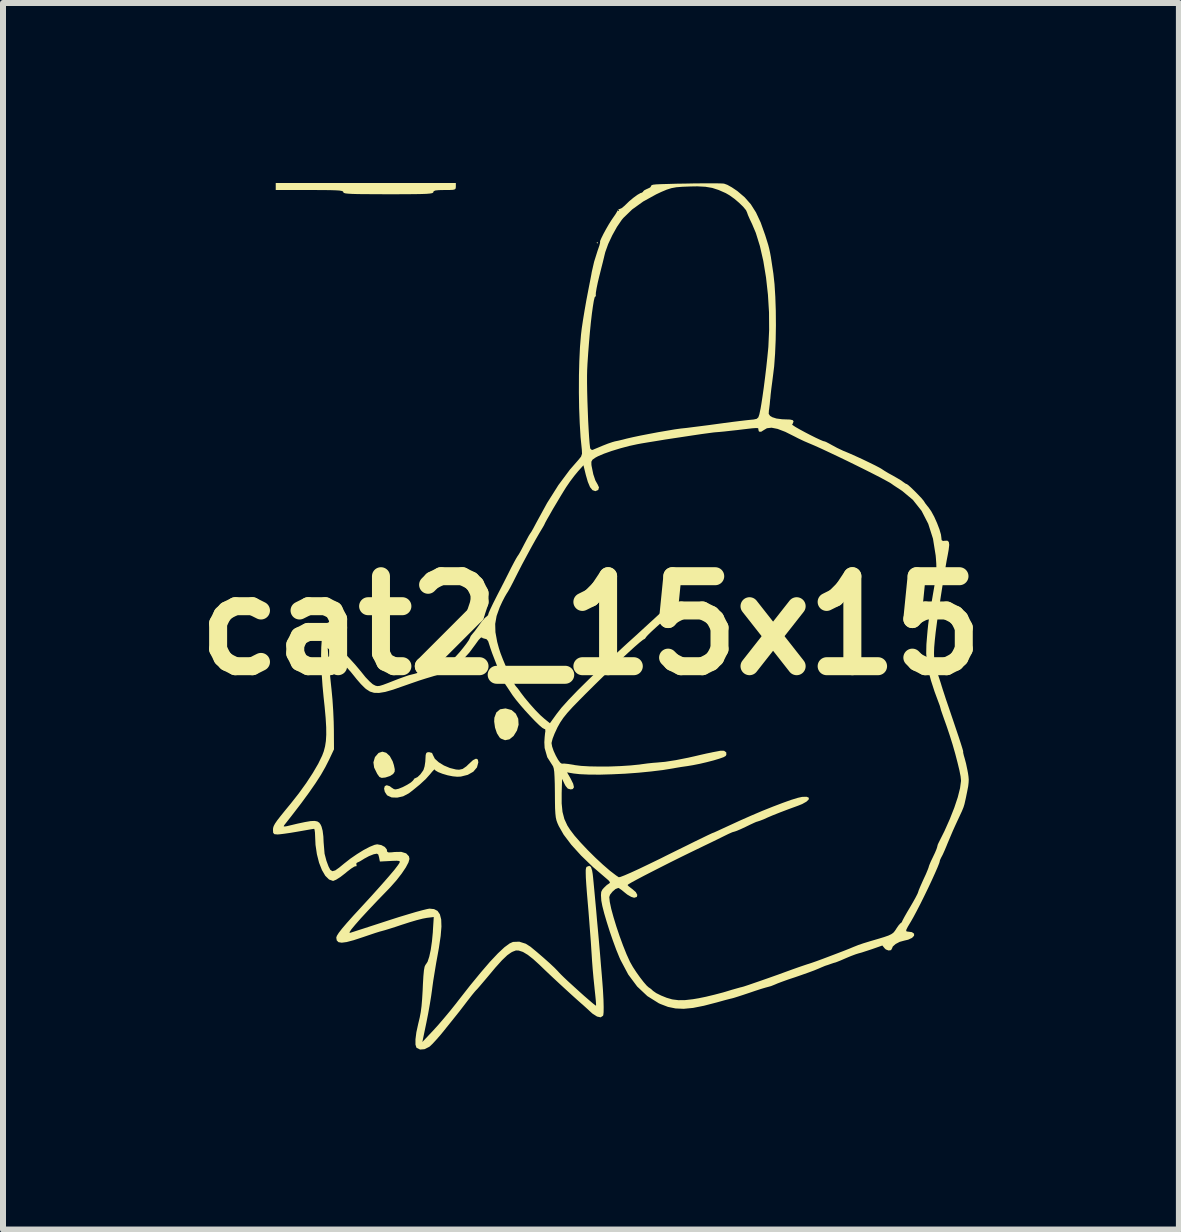
<source format=kicad_pcb>
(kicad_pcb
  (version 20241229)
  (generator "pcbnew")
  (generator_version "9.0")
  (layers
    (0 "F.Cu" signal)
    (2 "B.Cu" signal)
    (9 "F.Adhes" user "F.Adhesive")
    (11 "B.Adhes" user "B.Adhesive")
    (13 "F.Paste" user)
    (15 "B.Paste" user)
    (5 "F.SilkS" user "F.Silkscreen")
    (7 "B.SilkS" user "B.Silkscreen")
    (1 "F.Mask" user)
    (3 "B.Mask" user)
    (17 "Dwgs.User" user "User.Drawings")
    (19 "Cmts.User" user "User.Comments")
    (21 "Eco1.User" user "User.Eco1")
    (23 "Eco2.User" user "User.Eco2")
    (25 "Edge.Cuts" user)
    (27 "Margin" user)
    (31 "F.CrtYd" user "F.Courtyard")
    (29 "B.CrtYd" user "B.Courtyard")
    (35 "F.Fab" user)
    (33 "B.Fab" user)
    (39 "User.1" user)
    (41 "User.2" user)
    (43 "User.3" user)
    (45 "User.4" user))
  (footprint "cat2_15x15"
    (layer "F.Cu")
    (at 6.8 7.376)
    (property "Reference" "cat2_15x15" (at 0 0 0) (layer "F.SilkS") (effects (font (size 1.5 1.5) (thickness 0.3))))
    (attr board_only exclude_from_pos_files exclude_from_bom)
    (fp_poly (pts (xy 0.117 -6.379) (xy 0.106 -6.368) (xy 0.094 -6.379) (xy 0.106 -6.391)) (stroke (width 0) (type solid)) (fill yes) (layer "F.SilkS"))
    (fp_poly (pts (xy -1.419 1.383) (xy -1.323 1.409) (xy -1.253 1.469) (xy -1.212 1.554) (xy -1.206 1.654) (xy -1.233 1.75) (xy -1.29 1.842) (xy -1.358 1.897) (xy -1.431 1.912) (xy -1.501 1.885) (xy -1.523 1.866) (xy -1.567 1.797) (xy -1.599 1.702) (xy -1.613 1.6) (xy -1.61 1.537) (xy -1.577 1.449) (xy -1.515 1.397) (xy -1.425 1.382)) (stroke (width 0) (type solid)) (fill yes) (layer "F.SilkS"))
    (fp_poly (pts (xy -3.413 2.121) (xy -3.353 2.176) (xy -3.305 2.264) (xy -3.285 2.326) (xy -3.27 2.396) (xy -3.272 2.437) (xy -3.292 2.468) (xy -3.3 2.477) (xy -3.351 2.509) (xy -3.421 2.532) (xy -3.429 2.534) (xy -3.488 2.54) (xy -3.525 2.525) (xy -3.559 2.478) (xy -3.563 2.472) (xy -3.614 2.368) (xy -3.626 2.281) (xy -3.602 2.199) (xy -3.595 2.187) (xy -3.54 2.124) (xy -3.477 2.103)) (stroke (width 0) (type solid)) (fill yes) (layer "F.SilkS"))
    (fp_poly (pts (xy -2.252 -7.317) (xy -2.254 -7.288) (xy -2.266 -7.271) (xy -2.298 -7.262) (xy -2.36 -7.259) (xy -2.439 -7.259) (xy -2.535 -7.257) (xy -2.593 -7.251) (xy -2.621 -7.239) (xy -2.627 -7.224) (xy -2.632 -7.214) (xy -2.65 -7.206) (xy -2.685 -7.2) (xy -2.743 -7.195) (xy -2.827 -7.192) (xy -2.943 -7.19) (xy -3.095 -7.189) (xy -3.287 -7.188) (xy -3.377 -7.188) (xy -3.587 -7.189) (xy -3.755 -7.19) (xy -3.884 -7.191) (xy -3.981 -7.194) (xy -4.049 -7.198) (xy -4.093 -7.203) (xy -4.117 -7.21) (xy -4.127 -7.219) (xy -4.128 -7.224) (xy -4.133 -7.235) (xy -4.153 -7.243) (xy -4.192 -7.25) (xy -4.256 -7.254) (xy -4.35 -7.257) (xy -4.479 -7.258) (xy -4.649 -7.259) (xy -4.691 -7.259) (xy -5.254 -7.259) (xy -5.254 -7.317) (xy -5.254 -7.376) (xy -3.753 -7.376) (xy -2.252 -7.376)) (stroke (width 0) (type solid)) (fill yes) (layer "F.SilkS"))
    (fp_poly (pts (xy -2.649 2.124) (xy -2.631 2.164) (xy -2.602 2.221) (xy -2.538 2.279) (xy -2.451 2.333) (xy -2.351 2.375) (xy -2.25 2.4) (xy -2.198 2.404) (xy -2.139 2.391) (xy -2.077 2.348) (xy -2.038 2.31) (xy -1.966 2.244) (xy -1.915 2.219) (xy -1.885 2.234) (xy -1.877 2.281) (xy -1.9 2.365) (xy -1.961 2.437) (xy -2.053 2.489) (xy -2.168 2.518) (xy -2.228 2.521) (xy -2.302 2.514) (xy -2.388 2.497) (xy -2.473 2.472) (xy -2.545 2.444) (xy -2.592 2.417) (xy -2.603 2.4) (xy -2.616 2.404) (xy -2.648 2.438) (xy -2.68 2.477) (xy -2.752 2.558) (xy -2.854 2.652) (xy -2.975 2.751) (xy -3.037 2.798) (xy -3.13 2.847) (xy -3.229 2.869) (xy -3.321 2.866) (xy -3.392 2.834) (xy -3.401 2.826) (xy -3.436 2.773) (xy -3.448 2.719) (xy -3.436 2.677) (xy -3.404 2.662) (xy -3.352 2.679) (xy -3.33 2.697) (xy -3.284 2.727) (xy -3.256 2.732) (xy -3.206 2.721) (xy -3.136 2.693) (xy -3.063 2.655) (xy -3.001 2.616) (xy -2.966 2.584) (xy -2.963 2.579) (xy -2.94 2.548) (xy -2.928 2.545) (xy -2.89 2.526) (xy -2.843 2.481) (xy -2.8 2.421) (xy -2.791 2.406) (xy -2.773 2.348) (xy -2.761 2.269) (xy -2.759 2.23) (xy -2.755 2.159) (xy -2.744 2.124) (xy -2.721 2.112) (xy -2.697 2.111)) (stroke (width 0) (type solid)) (fill yes) (layer "F.SilkS"))
    (fp_poly (pts (xy 2.105 -7.37) (xy 2.183 -7.368) (xy 2.219 -7.365) (xy 2.274 -7.345) (xy 2.349 -7.303) (xy 2.431 -7.248) (xy 2.441 -7.241) (xy 2.563 -7.137) (xy 2.665 -7.021) (xy 2.751 -6.885) (xy 2.829 -6.718) (xy 2.902 -6.513) (xy 2.905 -6.504) (xy 2.933 -6.415) (xy 2.955 -6.344) (xy 2.971 -6.282) (xy 2.985 -6.218) (xy 2.999 -6.142) (xy 3.014 -6.043) (xy 3.034 -5.911) (xy 3.041 -5.863) (xy 3.06 -5.688) (xy 3.073 -5.479) (xy 3.081 -5.246) (xy 3.083 -5.002) (xy 3.079 -4.759) (xy 3.069 -4.528) (xy 3.054 -4.321) (xy 3.039 -4.198) (xy 3.023 -4.071) (xy 3.007 -3.95) (xy 2.995 -3.847) (xy 2.989 -3.777) (xy 2.988 -3.776) (xy 2.98 -3.689) (xy 2.97 -3.608) (xy 2.966 -3.584) (xy 2.963 -3.528) (xy 2.986 -3.494) (xy 3.023 -3.472) (xy 3.092 -3.45) (xy 3.185 -3.438) (xy 3.235 -3.436) (xy 3.318 -3.433) (xy 3.363 -3.423) (xy 3.377 -3.404) (xy 3.377 -3.402) (xy 3.362 -3.361) (xy 3.352 -3.353) (xy 3.364 -3.339) (xy 3.409 -3.309) (xy 3.479 -3.269) (xy 3.564 -3.223) (xy 3.654 -3.176) (xy 3.742 -3.132) (xy 3.817 -3.097) (xy 3.871 -3.074) (xy 3.893 -3.069) (xy 3.918 -3.06) (xy 3.97 -3.033) (xy 4.013 -3.009) (xy 4.104 -2.96) (xy 4.203 -2.913) (xy 4.236 -2.9) (xy 4.318 -2.865) (xy 4.419 -2.82) (xy 4.528 -2.77) (xy 4.636 -2.718) (xy 4.732 -2.671) (xy 4.807 -2.632) (xy 4.851 -2.606) (xy 4.855 -2.603) (xy 4.893 -2.578) (xy 4.958 -2.539) (xy 5.031 -2.499) (xy 5.108 -2.455) (xy 5.173 -2.416) (xy 5.208 -2.39) (xy 5.247 -2.363) (xy 5.265 -2.357) (xy 5.288 -2.341) (xy 5.333 -2.301) (xy 5.391 -2.245) (xy 5.452 -2.183) (xy 5.507 -2.125) (xy 5.545 -2.08) (xy 5.558 -2.06) (xy 5.573 -2.036) (xy 5.608 -1.991) (xy 5.625 -1.971) (xy 5.672 -1.904) (xy 5.722 -1.812) (xy 5.769 -1.707) (xy 5.809 -1.603) (xy 5.834 -1.516) (xy 5.84 -1.471) (xy 5.845 -1.423) (xy 5.868 -1.409) (xy 5.898 -1.413) (xy 5.941 -1.414) (xy 5.965 -1.393) (xy 5.972 -1.344) (xy 5.962 -1.26) (xy 5.948 -1.182) (xy 5.928 -1.078) (xy 5.906 -0.949) (xy 5.884 -0.819) (xy 5.877 -0.774) (xy 5.833 -0.495) (xy 5.797 -0.257) (xy 5.768 -0.057) (xy 5.746 0.111) (xy 5.731 0.25) (xy 5.721 0.366) (xy 5.718 0.463) (xy 5.721 0.546) (xy 5.73 0.618) (xy 5.743 0.685) (xy 5.762 0.751) (xy 5.781 0.809) (xy 5.811 0.898) (xy 5.835 0.973) (xy 5.849 1.02) (xy 5.851 1.025) (xy 5.861 1.058) (xy 5.884 1.128) (xy 5.917 1.23) (xy 5.96 1.355) (xy 6.008 1.497) (xy 6.037 1.582) (xy 6.086 1.728) (xy 6.13 1.858) (xy 6.165 1.966) (xy 6.19 2.046) (xy 6.203 2.091) (xy 6.204 2.099) (xy 6.204 2.119) (xy 6.216 2.17) (xy 6.228 2.21) (xy 6.252 2.3) (xy 6.274 2.405) (xy 6.285 2.463) (xy 6.293 2.518) (xy 6.297 2.566) (xy 6.295 2.616) (xy 6.288 2.679) (xy 6.272 2.762) (xy 6.249 2.875) (xy 6.226 2.977) (xy 6.21 3.029) (xy 6.183 3.096) (xy 6.178 3.106) (xy 6.147 3.173) (xy 6.106 3.261) (xy 6.074 3.33) (xy 6.032 3.423) (xy 5.984 3.536) (xy 5.937 3.648) (xy 5.933 3.659) (xy 5.896 3.747) (xy 5.864 3.818) (xy 5.841 3.862) (xy 5.837 3.869) (xy 5.817 3.912) (xy 5.816 3.921) (xy 5.806 3.958) (xy 5.778 4.029) (xy 5.735 4.128) (xy 5.682 4.245) (xy 5.621 4.375) (xy 5.556 4.509) (xy 5.491 4.64) (xy 5.429 4.76) (xy 5.374 4.863) (xy 5.33 4.94) (xy 5.328 4.943) (xy 5.281 5.022) (xy 5.257 5.07) (xy 5.254 5.093) (xy 5.269 5.101) (xy 5.275 5.101) (xy 5.35 5.111) (xy 5.386 5.137) (xy 5.386 5.171) (xy 5.352 5.207) (xy 5.287 5.237) (xy 5.223 5.252) (xy 5.146 5.273) (xy 5.078 5.309) (xy 5.031 5.351) (xy 5.019 5.381) (xy 5.002 5.411) (xy 4.961 5.417) (xy 4.916 5.4) (xy 4.897 5.383) (xy 4.857 5.334) (xy 4.686 5.394) (xy 4.595 5.424) (xy 4.515 5.45) (xy 4.461 5.465) (xy 4.457 5.466) (xy 4.407 5.482) (xy 4.33 5.511) (xy 4.244 5.547) (xy 4.242 5.548) (xy 4.164 5.582) (xy 4.104 5.606) (xy 4.074 5.617) (xy 4.073 5.617) (xy 4.044 5.625) (xy 3.994 5.642) (xy 3.946 5.659) (xy 3.923 5.666) (xy 3.923 5.666) (xy 3.9 5.674) (xy 3.847 5.696) (xy 3.794 5.719) (xy 3.721 5.749) (xy 3.618 5.787) (xy 3.499 5.829) (xy 3.401 5.863) (xy 3.289 5.9) (xy 3.189 5.936) (xy 3.112 5.965) (xy 3.07 5.983) (xy 3.003 6.01) (xy 2.952 6.024) (xy 2.908 6.036) (xy 2.831 6.059) (xy 2.733 6.091) (xy 2.648 6.12) (xy 2.543 6.155) (xy 2.451 6.185) (xy 2.384 6.206) (xy 2.355 6.214) (xy 2.313 6.224) (xy 2.239 6.243) (xy 2.146 6.269) (xy 2.099 6.282) (xy 1.883 6.338) (xy 1.702 6.374) (xy 1.546 6.389) (xy 1.41 6.383) (xy 1.284 6.357) (xy 1.161 6.31) (xy 1.13 6.296) (xy 0.94 6.177) (xy 0.771 6.018) (xy 0.622 5.818) (xy 0.493 5.575) (xy 0.475 5.535) (xy 0.421 5.403) (xy 0.366 5.253) (xy 0.312 5.096) (xy 0.263 4.941) (xy 0.221 4.798) (xy 0.19 4.677) (xy 0.173 4.588) (xy 0.172 4.577) (xy 0.167 4.494) (xy 0.171 4.441) (xy 0.19 4.402) (xy 0.216 4.372) (xy 0.264 4.326) (xy 0.304 4.299) (xy 0.307 4.297) (xy 0.318 4.28) (xy 0.293 4.248) (xy 0.258 4.218) (xy 0.031 4.023) (xy -0.165 3.834) (xy -0.328 3.654) (xy -0.455 3.486) (xy -0.537 3.342) (xy -0.559 3.293) (xy -0.575 3.248) (xy -0.586 3.198) (xy -0.593 3.134) (xy -0.598 3.048) (xy -0.6 2.931) (xy -0.601 2.794) (xy -0.603 2.637) (xy -0.607 2.521) (xy -0.612 2.439) (xy -0.62 2.384) (xy -0.631 2.349) (xy -0.642 2.331) (xy -0.728 2.196) (xy -0.772 2.042) (xy -0.777 1.947) (xy -0.772 1.864) (xy -0.765 1.795) (xy -0.76 1.765) (xy -0.762 1.73) (xy -0.778 1.724) (xy -0.809 1.707) (xy -0.863 1.661) (xy -0.933 1.593) (xy -1.013 1.509) (xy -1.097 1.418) (xy -1.178 1.325) (xy -1.249 1.239) (xy -1.304 1.166) (xy -1.315 1.15) (xy -1.363 1.077) (xy -1.402 1.018) (xy -1.424 0.986) (xy -1.425 0.985) (xy -1.446 0.947) (xy -1.479 0.876) (xy -1.519 0.782) (xy -1.564 0.675) (xy -1.607 0.565) (xy -1.646 0.464) (xy -1.675 0.381) (xy -1.69 0.333) (xy -1.714 0.26) (xy -1.742 0.227) (xy -1.76 0.223) (xy -1.804 0.211) (xy -1.818 0.199) (xy -1.837 0.204) (xy -1.873 0.242) (xy -1.918 0.304) (xy -1.922 0.31) (xy -2.026 0.45) (xy -2.141 0.577) (xy -2.258 0.68) (xy -2.361 0.746) (xy -2.443 0.782) (xy -2.547 0.82) (xy -2.65 0.852) (xy -2.741 0.879) (xy -2.861 0.917) (xy -2.994 0.963) (xy -3.125 1.009) (xy -3.131 1.011) (xy -3.297 1.069) (xy -3.429 1.107) (xy -3.532 1.124) (xy -3.615 1.122) (xy -3.684 1.101) (xy -3.746 1.061) (xy -3.767 1.044) (xy -3.835 0.976) (xy -3.907 0.893) (xy -3.946 0.844) (xy -4.001 0.776) (xy -4.078 0.689) (xy -4.164 0.598) (xy -4.21 0.551) (xy -4.388 0.375) (xy -4.374 0.563) (xy -4.365 0.659) (xy -4.353 0.787) (xy -4.339 0.928) (xy -4.324 1.069) (xy -4.323 1.079) (xy -4.308 1.239) (xy -4.296 1.421) (xy -4.288 1.601) (xy -4.285 1.736) (xy -4.283 2.064) (xy -4.366 2.24) (xy -4.427 2.36) (xy -4.5 2.488) (xy -4.59 2.628) (xy -4.699 2.785) (xy -4.83 2.964) (xy -4.988 3.17) (xy -5.117 3.334) (xy -5.12 3.35) (xy -5.087 3.348) (xy -5.061 3.343) (xy -4.894 3.303) (xy -4.767 3.276) (xy -4.673 3.26) (xy -4.606 3.257) (xy -4.56 3.266) (xy -4.528 3.287) (xy -4.505 3.32) (xy -4.49 3.354) (xy -4.472 3.422) (xy -4.46 3.518) (xy -4.456 3.612) (xy -4.44 3.804) (xy -4.409 3.922) (xy -4.374 4.016) (xy -4.344 4.073) (xy -4.309 4.095) (xy -4.262 4.082) (xy -4.196 4.035) (xy -4.112 3.966) (xy -4.01 3.886) (xy -3.899 3.81) (xy -3.789 3.742) (xy -3.688 3.689) (xy -3.607 3.656) (xy -3.563 3.647) (xy -3.494 3.66) (xy -3.436 3.691) (xy -3.403 3.732) (xy -3.401 3.746) (xy -3.396 3.771) (xy -3.375 3.782) (xy -3.327 3.781) (xy -3.272 3.775) (xy -3.161 3.773) (xy -3.08 3.798) (xy -3.034 3.847) (xy -3.025 3.891) (xy -3.042 3.95) (xy -3.086 4.033) (xy -3.154 4.134) (xy -3.239 4.244) (xy -3.337 4.355) (xy -3.372 4.392) (xy -3.556 4.582) (xy -3.71 4.745) (xy -3.835 4.88) (xy -3.929 4.987) (xy -3.992 5.063) (xy -4.023 5.11) (xy -4.021 5.124) (xy -4.016 5.123) (xy -3.977 5.111) (xy -3.9 5.086) (xy -3.791 5.051) (xy -3.659 5.008) (xy -3.508 4.959) (xy -3.367 4.913) (xy -3.205 4.861) (xy -3.053 4.815) (xy -2.919 4.775) (xy -2.808 4.745) (xy -2.73 4.726) (xy -2.692 4.719) (xy -2.615 4.727) (xy -2.557 4.757) (xy -2.518 4.814) (xy -2.496 4.9) (xy -2.492 5.02) (xy -2.505 5.176) (xy -2.534 5.372) (xy -2.553 5.478) (xy -2.58 5.626) (xy -2.605 5.778) (xy -2.628 5.919) (xy -2.644 6.034) (xy -2.649 6.074) (xy -2.664 6.18) (xy -2.686 6.315) (xy -2.712 6.462) (xy -2.74 6.604) (xy -2.742 6.614) (xy -2.81 6.942) (xy -2.631 6.752) (xy -2.55 6.663) (xy -2.452 6.549) (xy -2.347 6.423) (xy -2.247 6.298) (xy -2.218 6.26) (xy -2.016 6.002) (xy -1.837 5.784) (xy -1.683 5.605) (xy -1.551 5.465) (xy -1.442 5.363) (xy -1.355 5.299) (xy -1.299 5.274) (xy -1.195 5.27) (xy -1.087 5.304) (xy -1.008 5.354) (xy -0.898 5.445) (xy -0.789 5.539) (xy -0.69 5.627) (xy -0.609 5.703) (xy -0.554 5.759) (xy -0.539 5.776) (xy -0.508 5.809) (xy -0.452 5.864) (xy -0.378 5.934) (xy -0.292 6.012) (xy -0.202 6.094) (xy -0.114 6.173) (xy -0.034 6.242) (xy 0.03 6.297) (xy 0.072 6.33) (xy 0.085 6.337) (xy 0.085 6.313) (xy 0.081 6.251) (xy 0.072 6.16) (xy 0.06 6.049) (xy 0.058 6.027) (xy 0.043 5.883) (xy 0.029 5.729) (xy 0.018 5.585) (xy 0.012 5.488) (xy 0.006 5.398) (xy -0.002 5.271) (xy -0.014 5.116) (xy -0.027 4.945) (xy -0.041 4.765) (xy -0.051 4.648) (xy -0.067 4.461) (xy -0.078 4.315) (xy -0.085 4.206) (xy -0.087 4.127) (xy -0.087 4.075) (xy -0.082 4.042) (xy -0.074 4.025) (xy -0.069 4.021) (xy -0.028 4.006) (xy -0.000462 4.024) (xy 0.019 4.082) (xy 0.029 4.141) (xy 0.035 4.194) (xy 0.044 4.286) (xy 0.056 4.412) (xy 0.07 4.564) (xy 0.086 4.736) (xy 0.102 4.922) (xy 0.12 5.114) (xy 0.137 5.307) (xy 0.153 5.492) (xy 0.167 5.664) (xy 0.18 5.816) (xy 0.19 5.941) (xy 0.197 6.033) (xy 0.2 6.074) (xy 0.209 6.239) (xy 0.212 6.361) (xy 0.211 6.445) (xy 0.206 6.493) (xy 0.201 6.505) (xy 0.162 6.531) (xy 0.102 6.518) (xy 0.025 6.469) (xy -0.007 6.44) (xy -0.074 6.378) (xy -0.136 6.322) (xy -0.164 6.298) (xy -0.227 6.242) (xy -0.316 6.162) (xy -0.422 6.065) (xy -0.536 5.96) (xy -0.651 5.853) (xy -0.757 5.753) (xy -0.846 5.667) (xy -0.867 5.647) (xy -0.963 5.56) (xy -1.052 5.49) (xy -1.125 5.446) (xy -1.139 5.439) (xy -1.204 5.418) (xy -1.25 5.416) (xy -1.303 5.436) (xy -1.33 5.45) (xy -1.395 5.496) (xy -1.483 5.58) (xy -1.592 5.701) (xy -1.653 5.774) (xy -1.735 5.872) (xy -1.808 5.958) (xy -1.865 6.025) (xy -1.901 6.066) (xy -1.91 6.074) (xy -1.936 6.103) (xy -1.982 6.159) (xy -2.038 6.231) (xy -2.053 6.25) (xy -2.111 6.326) (xy -2.161 6.391) (xy -2.193 6.433) (xy -2.197 6.438) (xy -2.222 6.469) (xy -2.269 6.528) (xy -2.333 6.608) (xy -2.408 6.701) (xy -2.425 6.723) (xy -2.504 6.82) (xy -2.58 6.907) (xy -2.644 6.976) (xy -2.689 7.018) (xy -2.694 7.022) (xy -2.774 7.062) (xy -2.848 7.068) (xy -2.904 7.04) (xy -2.909 7.036) (xy -2.925 6.985) (xy -2.925 6.897) (xy -2.91 6.78) (xy -2.879 6.638) (xy -2.876 6.626) (xy -2.854 6.534) (xy -2.837 6.444) (xy -2.824 6.345) (xy -2.814 6.226) (xy -2.805 6.077) (xy -2.801 5.981) (xy -2.793 5.845) (xy -2.784 5.749) (xy -2.773 5.688) (xy -2.758 5.655) (xy -2.752 5.649) (xy -2.723 5.604) (xy -2.695 5.519) (xy -2.67 5.403) (xy -2.65 5.263) (xy -2.635 5.106) (xy -2.635 5.095) (xy -2.62 4.859) (xy -2.736 4.873) (xy -2.804 4.886) (xy -2.903 4.911) (xy -3.019 4.945) (xy -3.14 4.984) (xy -3.141 4.984) (xy -3.254 5.022) (xy -3.355 5.054) (xy -3.433 5.078) (xy -3.477 5.09) (xy -3.48 5.091) (xy -3.521 5.102) (xy -3.595 5.125) (xy -3.693 5.158) (xy -3.799 5.194) (xy -3.954 5.245) (xy -4.071 5.276) (xy -4.154 5.287) (xy -4.208 5.278) (xy -4.237 5.249) (xy -4.245 5.202) (xy -4.235 5.172) (xy -4.204 5.123) (xy -4.15 5.053) (xy -4.069 4.958) (xy -3.96 4.836) (xy -3.851 4.718) (xy -3.66 4.51) (xy -3.501 4.333) (xy -3.374 4.188) (xy -3.279 4.076) (xy -3.217 3.995) (xy -3.192 3.957) (xy -3.185 3.936) (xy -3.197 3.925) (xy -3.236 3.921) (xy -3.31 3.923) (xy -3.344 3.925) (xy -3.518 3.934) (xy -3.532 3.863) (xy -3.545 3.817) (xy -3.568 3.803) (xy -3.617 3.812) (xy -3.627 3.815) (xy -3.7 3.844) (xy -3.778 3.886) (xy -3.792 3.895) (xy -3.849 3.93) (xy -3.891 3.95) (xy -3.899 3.952) (xy -3.912 3.969) (xy -3.908 3.988) (xy -3.906 4.012) (xy -3.916 4.011) (xy -3.943 4.018) (xy -3.996 4.051) (xy -4.064 4.103) (xy -4.092 4.127) (xy -4.176 4.192) (xy -4.247 4.237) (xy -4.296 4.257) (xy -4.3 4.257) (xy -4.365 4.234) (xy -4.428 4.172) (xy -4.484 4.076) (xy -4.532 3.954) (xy -4.568 3.812) (xy -4.591 3.656) (xy -4.597 3.525) (xy -4.6 3.453) (xy -4.607 3.403) (xy -4.614 3.389) (xy -4.643 3.393) (xy -4.708 3.404) (xy -4.799 3.42) (xy -4.89 3.436) (xy -5.003 3.455) (xy -5.106 3.47) (xy -5.187 3.48) (xy -5.224 3.483) (xy -5.277 3.478) (xy -5.297 3.455) (xy -5.3 3.407) (xy -5.298 3.376) (xy -5.288 3.343) (xy -5.267 3.303) (xy -5.23 3.249) (xy -5.174 3.177) (xy -5.095 3.079) (xy -5.002 2.966) (xy -4.869 2.797) (xy -4.745 2.625) (xy -4.636 2.458) (xy -4.546 2.304) (xy -4.481 2.17) (xy -4.454 2.099) (xy -4.432 2.015) (xy -4.418 1.925) (xy -4.412 1.82) (xy -4.413 1.695) (xy -4.422 1.542) (xy -4.439 1.355) (xy -4.456 1.197) (xy -4.474 1.007) (xy -4.487 0.822) (xy -4.495 0.649) (xy -4.498 0.493) (xy -4.495 0.36) (xy -4.488 0.256) (xy -4.475 0.187) (xy -4.457 0.158) (xy -4.455 0.158) (xy -4.424 0.171) (xy -4.368 0.214) (xy -4.294 0.279) (xy -4.207 0.362) (xy -4.113 0.455) (xy -4.019 0.554) (xy -3.931 0.651) (xy -3.855 0.741) (xy -3.824 0.779) (xy -3.758 0.861) (xy -3.692 0.93) (xy -3.638 0.978) (xy -3.624 0.986) (xy -3.591 1.003) (xy -3.56 1.01) (xy -3.521 1.006) (xy -3.465 0.989) (xy -3.382 0.958) (xy -3.306 0.928) (xy -3.203 0.888) (xy -3.111 0.855) (xy -3.043 0.831) (xy -3.012 0.823) (xy -2.939 0.805) (xy -2.841 0.775) (xy -2.727 0.737) (xy -2.609 0.694) (xy -2.495 0.65) (xy -2.398 0.609) (xy -2.326 0.576) (xy -2.295 0.557) (xy -2.25 0.512) (xy -2.193 0.449) (xy -2.133 0.376) (xy -2.078 0.305) (xy -2.037 0.246) (xy -2.018 0.209) (xy -2.017 0.206) (xy -2.003 0.174) (xy -1.975 0.139) (xy -1.938 0.095) (xy -1.889 0.028) (xy -1.855 -0.019) (xy -1.849 -0.027) (xy -1.596 -0.027) (xy -1.592 0.112) (xy -1.563 0.272) (xy -1.534 0.379) (xy -1.507 0.462) (xy -1.468 0.563) (xy -1.422 0.673) (xy -1.373 0.783) (xy -1.326 0.882) (xy -1.285 0.961) (xy -1.254 1.01) (xy -1.245 1.02) (xy -1.223 1.045) (xy -1.186 1.094) (xy -1.173 1.114) (xy -1.106 1.202) (xy -1.021 1.304) (xy -0.93 1.406) (xy -0.843 1.495) (xy -0.773 1.557) (xy -0.684 1.629) (xy -0.571 1.472) (xy -0.491 1.37) (xy -0.374 1.24) (xy -0.222 1.082) (xy -0.035 0.897) (xy 0.186 0.686) (xy 0.441 0.448) (xy 0.607 0.295) (xy 0.738 0.177) (xy 0.861 0.064) (xy 0.971 -0.037) (xy 1.063 -0.121) (xy 1.131 -0.184) (xy 1.17 -0.219) (xy 1.261 -0.299) (xy 1.328 -0.344) (xy 1.377 -0.358) (xy 1.395 -0.355) (xy 1.421 -0.338) (xy 1.425 -0.312) (xy 1.403 -0.272) (xy 1.353 -0.216) (xy 1.271 -0.137) (xy 1.173 -0.049) (xy 1.082 0.033) (xy 1.004 0.105) (xy 0.948 0.16) (xy 0.918 0.194) (xy 0.915 0.2) (xy 0.899 0.222) (xy 0.895 0.223) (xy 0.867 0.239) (xy 0.809 0.285) (xy 0.726 0.357) (xy 0.622 0.452) (xy 0.499 0.566) (xy 0.362 0.696) (xy 0.215 0.839) (xy 0.061 0.99) (xy -0.096 1.146) (xy -0.192 1.243) (xy -0.307 1.361) (xy -0.394 1.457) (xy -0.46 1.539) (xy -0.512 1.616) (xy -0.557 1.696) (xy -0.563 1.709) (xy -0.606 1.801) (xy -0.639 1.886) (xy -0.655 1.948) (xy -0.657 1.962) (xy -0.647 2.018) (xy -0.622 2.091) (xy -0.587 2.167) (xy -0.549 2.236) (xy -0.513 2.285) (xy -0.486 2.303) (xy -0.483 2.303) (xy -0.447 2.301) (xy -0.378 2.308) (xy -0.29 2.322) (xy -0.267 2.327) (xy -0.163 2.34) (xy -0.024 2.348) (xy 0.14 2.351) (xy 0.317 2.35) (xy 0.495 2.343) (xy 0.663 2.332) (xy 0.811 2.317) (xy 0.844 2.312) (xy 0.942 2.299) (xy 1.036 2.289) (xy 1.091 2.285) (xy 1.235 2.272) (xy 1.415 2.244) (xy 1.622 2.203) (xy 1.724 2.18) (xy 1.831 2.155) (xy 1.928 2.133) (xy 2.002 2.118) (xy 2.029 2.112) (xy 2.103 2.098) (xy 2.16 2.087) (xy 2.219 2.088) (xy 2.255 2.114) (xy 2.257 2.155) (xy 2.245 2.175) (xy 2.212 2.194) (xy 2.142 2.219) (xy 2.046 2.248) (xy 1.934 2.277) (xy 1.815 2.305) (xy 1.699 2.328) (xy 1.597 2.345) (xy 1.595 2.345) (xy 1.504 2.358) (xy 1.403 2.375) (xy 1.372 2.381) (xy 1.199 2.409) (xy 1.001 2.433) (xy 0.789 2.454) (xy 0.57 2.47) (xy 0.354 2.48) (xy 0.151 2.486) (xy -0.033 2.485) (xy -0.186 2.478) (xy -0.287 2.467) (xy -0.398 2.448) (xy -0.34 2.549) (xy -0.296 2.638) (xy -0.283 2.696) (xy -0.303 2.726) (xy -0.339 2.732) (xy -0.385 2.719) (xy -0.423 2.674) (xy -0.439 2.644) (xy -0.481 2.556) (xy -0.488 2.791) (xy -0.488 2.966) (xy -0.474 3.107) (xy -0.443 3.226) (xy -0.393 3.334) (xy -0.348 3.404) (xy -0.273 3.503) (xy -0.172 3.618) (xy -0.054 3.743) (xy 0.072 3.868) (xy 0.199 3.986) (xy 0.317 4.088) (xy 0.419 4.166) (xy 0.464 4.196) (xy 0.493 4.19) (xy 0.561 4.164) (xy 0.665 4.119) (xy 0.802 4.056) (xy 0.969 3.976) (xy 1.165 3.881) (xy 1.254 3.836) (xy 1.428 3.75) (xy 1.589 3.671) (xy 1.732 3.6) (xy 1.852 3.542) (xy 1.944 3.497) (xy 2.004 3.469) (xy 2.026 3.459) (xy 2.051 3.45) (xy 2.109 3.424) (xy 2.191 3.386) (xy 2.28 3.345) (xy 2.471 3.257) (xy 2.665 3.171) (xy 2.855 3.09) (xy 3.035 3.018) (xy 3.198 2.956) (xy 3.338 2.906) (xy 3.449 2.872) (xy 3.522 2.856) (xy 3.597 2.855) (xy 3.632 2.871) (xy 3.63 2.899) (xy 3.592 2.936) (xy 3.521 2.976) (xy 3.454 3.003) (xy 3.295 3.061) (xy 3.148 3.117) (xy 3.025 3.166) (xy 2.943 3.201) (xy 2.877 3.231) (xy 2.825 3.251) (xy 2.814 3.255) (xy 2.768 3.27) (xy 2.756 3.273) (xy 2.724 3.287) (xy 2.663 3.315) (xy 2.585 3.353) (xy 2.573 3.359) (xy 2.493 3.396) (xy 2.429 3.423) (xy 2.391 3.436) (xy 2.389 3.436) (xy 2.355 3.446) (xy 2.296 3.472) (xy 2.255 3.492) (xy 2.192 3.523) (xy 2.099 3.569) (xy 1.988 3.623) (xy 1.869 3.68) (xy 1.853 3.688) (xy 1.679 3.772) (xy 1.503 3.858) (xy 1.33 3.944) (xy 1.164 4.028) (xy 1.011 4.106) (xy 0.875 4.176) (xy 0.762 4.236) (xy 0.677 4.282) (xy 0.625 4.313) (xy 0.61 4.326) (xy 0.628 4.346) (xy 0.672 4.38) (xy 0.692 4.395) (xy 0.748 4.444) (xy 0.773 4.491) (xy 0.764 4.525) (xy 0.72 4.538) (xy 0.72 4.538) (xy 0.671 4.523) (xy 0.607 4.486) (xy 0.569 4.456) (xy 0.513 4.41) (xy 0.471 4.381) (xy 0.457 4.374) (xy 0.41 4.392) (xy 0.359 4.436) (xy 0.318 4.488) (xy 0.305 4.527) (xy 0.314 4.608) (xy 0.338 4.722) (xy 0.376 4.861) (xy 0.423 5.015) (xy 0.477 5.176) (xy 0.535 5.334) (xy 0.593 5.479) (xy 0.65 5.604) (xy 0.657 5.617) (xy 0.699 5.691) (xy 0.755 5.777) (xy 0.817 5.864) (xy 0.878 5.943) (xy 0.93 6.003) (xy 0.966 6.035) (xy 0.969 6.036) (xy 1.001 6.058) (xy 1.035 6.09) (xy 1.088 6.127) (xy 1.17 6.168) (xy 1.262 6.205) (xy 1.348 6.23) (xy 1.361 6.233) (xy 1.459 6.245) (xy 1.567 6.244) (xy 1.699 6.229) (xy 1.794 6.213) (xy 1.916 6.188) (xy 2.057 6.154) (xy 2.195 6.118) (xy 2.24 6.105) (xy 2.341 6.074) (xy 2.429 6.049) (xy 2.49 6.032) (xy 2.512 6.027) (xy 2.548 6.017) (xy 2.621 5.993) (xy 2.722 5.958) (xy 2.844 5.916) (xy 2.978 5.869) (xy 3.119 5.819) (xy 3.256 5.769) (xy 3.366 5.729) (xy 3.462 5.695) (xy 3.55 5.665) (xy 3.613 5.644) (xy 3.624 5.641) (xy 3.673 5.625) (xy 3.756 5.596) (xy 3.862 5.557) (xy 3.981 5.512) (xy 4.102 5.466) (xy 4.217 5.422) (xy 4.313 5.384) (xy 4.382 5.355) (xy 4.398 5.349) (xy 4.455 5.326) (xy 4.54 5.297) (xy 4.635 5.268) (xy 4.644 5.265) (xy 4.784 5.224) (xy 4.886 5.193) (xy 4.958 5.168) (xy 5.006 5.145) (xy 5.039 5.122) (xy 5.063 5.094) (xy 5.087 5.059) (xy 5.089 5.054) (xy 5.127 4.999) (xy 5.157 4.965) (xy 5.165 4.96) (xy 5.183 4.943) (xy 5.183 4.94) (xy 5.195 4.913) (xy 5.226 4.855) (xy 5.271 4.776) (xy 5.314 4.704) (xy 5.368 4.611) (xy 5.413 4.53) (xy 5.443 4.471) (xy 5.452 4.448) (xy 5.465 4.409) (xy 5.493 4.342) (xy 5.531 4.257) (xy 5.544 4.228) (xy 5.583 4.144) (xy 5.612 4.074) (xy 5.628 4.032) (xy 5.629 4.026) (xy 5.639 3.995) (xy 5.664 3.935) (xy 5.699 3.862) (xy 5.735 3.786) (xy 5.76 3.726) (xy 5.77 3.695) (xy 5.78 3.654) (xy 5.791 3.629) (xy 5.892 3.427) (xy 5.981 3.227) (xy 6.056 3.037) (xy 6.114 2.863) (xy 6.152 2.712) (xy 6.168 2.593) (xy 6.168 2.58) (xy 6.161 2.514) (xy 6.141 2.412) (xy 6.11 2.284) (xy 6.072 2.138) (xy 6.028 1.984) (xy 5.98 1.831) (xy 5.932 1.688) (xy 5.919 1.651) (xy 5.884 1.553) (xy 5.855 1.47) (xy 5.835 1.412) (xy 5.83 1.393) (xy 5.816 1.341) (xy 5.81 1.325) (xy 5.728 1.104) (xy 5.667 0.916) (xy 5.624 0.753) (xy 5.599 0.605) (xy 5.588 0.465) (xy 5.591 0.325) (xy 5.592 0.305) (xy 5.602 0.183) (xy 5.611 0.08) (xy 5.621 -0.015) (xy 5.634 -0.113) (xy 5.651 -0.226) (xy 5.674 -0.363) (xy 5.7 -0.518) (xy 5.726 -0.668) (xy 5.743 -0.784) (xy 5.753 -0.875) (xy 5.758 -0.955) (xy 5.756 -1.032) (xy 5.75 -1.119) (xy 5.746 -1.166) (xy 5.701 -1.447) (xy 5.622 -1.695) (xy 5.511 -1.911) (xy 5.366 -2.094) (xy 5.188 -2.243) (xy 5.152 -2.267) (xy 5.086 -2.31) (xy 5.038 -2.342) (xy 5.019 -2.356) (xy 4.988 -2.377) (xy 4.921 -2.414) (xy 4.825 -2.466) (xy 4.704 -2.528) (xy 4.567 -2.597) (xy 4.418 -2.671) (xy 4.265 -2.746) (xy 4.113 -2.819) (xy 3.969 -2.887) (xy 3.839 -2.948) (xy 3.73 -2.997) (xy 3.648 -3.032) (xy 3.638 -3.036) (xy 3.552 -3.073) (xy 3.453 -3.12) (xy 3.399 -3.148) (xy 3.239 -3.228) (xy 3.111 -3.277) (xy 3.01 -3.297) (xy 2.933 -3.288) (xy 2.884 -3.259) (xy 2.836 -3.229) (xy 2.801 -3.232) (xy 2.791 -3.26) (xy 2.791 -3.275) (xy 2.788 -3.286) (xy 2.775 -3.291) (xy 2.743 -3.291) (xy 2.687 -3.287) (xy 2.6 -3.277) (xy 2.474 -3.262) (xy 2.451 -3.259) (xy 2.331 -3.246) (xy 2.224 -3.234) (xy 2.14 -3.226) (xy 2.09 -3.222) (xy 2.087 -3.222) (xy 2.045 -3.218) (xy 1.963 -3.207) (xy 1.851 -3.192) (xy 1.716 -3.172) (xy 1.564 -3.149) (xy 1.405 -3.125) (xy 1.246 -3.101) (xy 1.094 -3.076) (xy 0.958 -3.054) (xy 0.844 -3.035) (xy 0.774 -3.022) (xy 0.635 -2.992) (xy 0.489 -2.953) (xy 0.345 -2.909) (xy 0.218 -2.864) (xy 0.117 -2.821) (xy 0.076 -2.799) (xy 0.026 -2.764) (xy 0.007 -2.73) (xy 0.008 -2.676) (xy 0.012 -2.653) (xy 0.039 -2.521) (xy 0.074 -2.417) (xy 0.111 -2.352) (xy 0.134 -2.302) (xy 0.121 -2.259) (xy 0.076 -2.24) (xy 0.072 -2.24) (xy 0.026 -2.256) (xy -0.015 -2.306) (xy -0.052 -2.394) (xy -0.085 -2.508) (xy -0.125 -2.671) (xy -0.218 -2.567) (xy -0.278 -2.494) (xy -0.348 -2.401) (xy -0.413 -2.306) (xy -0.418 -2.298) (xy -0.46 -2.231) (xy -0.513 -2.144) (xy -0.571 -2.046) (xy -0.631 -1.946) (xy -0.685 -1.851) (xy -0.731 -1.771) (xy -0.762 -1.714) (xy -0.774 -1.688) (xy -0.774 -1.688) (xy -0.785 -1.666) (xy -0.815 -1.615) (xy -0.857 -1.545) (xy -0.864 -1.533) (xy -0.92 -1.436) (xy -0.991 -1.309) (xy -1.07 -1.163) (xy -1.152 -1.01) (xy -1.229 -0.86) (xy -1.296 -0.727) (xy -1.339 -0.644) (xy -1.38 -0.57) (xy -1.407 -0.528) (xy -1.436 -0.478) (xy -1.476 -0.401) (xy -1.518 -0.31) (xy -1.525 -0.293) (xy -1.573 -0.158) (xy -1.596 -0.027) (xy -1.849 -0.027) (xy -1.808 -0.083) (xy -1.766 -0.129) (xy -1.745 -0.145) (xy -1.715 -0.172) (xy -1.712 -0.186) (xy -1.702 -0.216) (xy -1.674 -0.279) (xy -1.632 -0.367) (xy -1.58 -0.47) (xy -1.568 -0.494) (xy -1.503 -0.62) (xy -1.436 -0.751) (xy -1.375 -0.872) (xy -1.33 -0.962) (xy -1.286 -1.046) (xy -1.249 -1.114) (xy -1.225 -1.154) (xy -1.22 -1.161) (xy -1.203 -1.186) (xy -1.171 -1.242) (xy -1.13 -1.32) (xy -1.115 -1.349) (xy -1.072 -1.43) (xy -1.037 -1.495) (xy -1.014 -1.532) (xy -1.011 -1.536) (xy -0.994 -1.561) (xy -0.962 -1.617) (xy -0.922 -1.692) (xy -0.918 -1.7) (xy -0.731 -2.042) (xy -0.543 -2.34) (xy -0.351 -2.598) (xy -0.205 -2.765) (xy -0.165 -2.815) (xy -0.149 -2.863) (xy -0.152 -2.931) (xy -0.153 -2.941) (xy -0.173 -3.14) (xy -0.187 -3.371) (xy -0.197 -3.623) (xy -0.201 -3.886) (xy -0.2 -4.15) (xy -0.2 -4.167) (xy -0.065 -4.167) (xy -0.065 -4.045) (xy -0.063 -3.902) (xy -0.059 -3.745) (xy -0.053 -3.583) (xy -0.047 -3.424) (xy -0.039 -3.275) (xy -0.031 -3.145) (xy -0.023 -3.04) (xy -0.015 -2.97) (xy -0.01 -2.947) (xy 0.015 -2.926) (xy 0.03 -2.928) (xy 0.065 -2.943) (xy 0.13 -2.97) (xy 0.199 -2.999) (xy 0.283 -3.032) (xy 0.357 -3.057) (xy 0.399 -3.069) (xy 0.453 -3.08) (xy 0.533 -3.099) (xy 0.598 -3.116) (xy 0.694 -3.138) (xy 0.821 -3.165) (xy 0.966 -3.193) (xy 1.119 -3.222) (xy 1.266 -3.247) (xy 1.396 -3.269) (xy 1.496 -3.283) (xy 1.524 -3.286) (xy 1.591 -3.293) (xy 1.693 -3.306) (xy 1.82 -3.322) (xy 1.961 -3.34) (xy 2.064 -3.354) (xy 2.211 -3.374) (xy 2.355 -3.393) (xy 2.484 -3.409) (xy 2.586 -3.421) (xy 2.633 -3.426) (xy 2.714 -3.434) (xy 2.763 -3.445) (xy 2.79 -3.47) (xy 2.807 -3.519) (xy 2.824 -3.601) (xy 2.826 -3.608) (xy 2.841 -3.697) (xy 2.86 -3.821) (xy 2.881 -3.97) (xy 2.902 -4.134) (xy 2.922 -4.3) (xy 2.939 -4.459) (xy 2.953 -4.6) (xy 2.957 -4.644) (xy 2.97 -4.927) (xy 2.968 -5.22) (xy 2.95 -5.515) (xy 2.918 -5.802) (xy 2.873 -6.075) (xy 2.816 -6.325) (xy 2.748 -6.544) (xy 2.686 -6.691) (xy 2.647 -6.773) (xy 2.618 -6.839) (xy 2.604 -6.878) (xy 2.603 -6.882) (xy 2.585 -6.922) (xy 2.537 -6.98) (xy 2.469 -7.046) (xy 2.39 -7.113) (xy 2.309 -7.171) (xy 2.247 -7.207) (xy 2.129 -7.259) (xy 2.021 -7.294) (xy 1.908 -7.313) (xy 1.774 -7.32) (xy 1.658 -7.318) (xy 1.525 -7.313) (xy 1.424 -7.305) (xy 1.342 -7.29) (xy 1.263 -7.265) (xy 1.173 -7.227) (xy 1.088 -7.187) (xy 0.872 -7.068) (xy 0.687 -6.935) (xy 0.541 -6.794) (xy 0.514 -6.762) (xy 0.434 -6.645) (xy 0.356 -6.505) (xy 0.288 -6.36) (xy 0.239 -6.224) (xy 0.224 -6.164) (xy 0.215 -6.126) (xy 0.197 -6.052) (xy 0.172 -5.954) (xy 0.144 -5.841) (xy 0.141 -5.831) (xy 0.114 -5.718) (xy 0.094 -5.621) (xy 0.082 -5.548) (xy 0.08 -5.509) (xy 0.081 -5.507) (xy 0.082 -5.485) (xy 0.073 -5.486) (xy 0.062 -5.47) (xy 0.048 -5.413) (xy 0.033 -5.321) (xy 0.016 -5.2) (xy -0.001 -5.055) (xy -0.017 -4.893) (xy -0.032 -4.72) (xy -0.046 -4.541) (xy -0.058 -4.362) (xy -0.063 -4.259) (xy -0.065 -4.167) (xy -0.2 -4.167) (xy -0.194 -4.405) (xy -0.183 -4.64) (xy -0.166 -4.845) (xy -0.154 -4.948) (xy -0.133 -5.089) (xy -0.106 -5.253) (xy -0.077 -5.419) (xy -0.055 -5.534) (xy -0.032 -5.653) (xy -0.011 -5.76) (xy 0.005 -5.844) (xy 0.014 -5.895) (xy 0.015 -5.899) (xy 0.053 -6.064) (xy 0.109 -6.242) (xy 0.118 -6.268) (xy 0.141 -6.335) (xy 0.152 -6.379) (xy 0.152 -6.391) (xy 0.153 -6.409) (xy 0.174 -6.458) (xy 0.208 -6.527) (xy 0.251 -6.606) (xy 0.297 -6.686) (xy 0.341 -6.756) (xy 0.364 -6.79) (xy 0.407 -6.852) (xy 0.436 -6.9) (xy 0.444 -6.918) (xy 0.444 -6.919) (xy 0.446 -6.919) (xy 0.457 -6.907) (xy 0.469 -6.919) (xy 0.457 -6.93) (xy 0.446 -6.919) (xy 0.444 -6.919) (xy 0.465 -6.94) (xy 0.479 -6.942) (xy 0.514 -6.958) (xy 0.562 -6.998) (xy 0.578 -7.014) (xy 0.639 -7.073) (xy 0.709 -7.131) (xy 0.775 -7.179) (xy 0.826 -7.208) (xy 0.843 -7.212) (xy 0.867 -7.227) (xy 0.868 -7.233) (xy 0.888 -7.254) (xy 0.936 -7.278) (xy 0.94 -7.279) (xy 0.986 -7.301) (xy 1.001 -7.321) (xy 1.001 -7.323) (xy 1.011 -7.34) (xy 1.04 -7.348) (xy 1.09 -7.353) (xy 1.177 -7.357) (xy 1.292 -7.36) (xy 1.427 -7.364) (xy 1.574 -7.366) (xy 1.723 -7.369) (xy 1.867 -7.37) (xy 1.997 -7.37)) (stroke (width 0) (type solid)) (fill yes) (layer "F.SilkS")))
  (gr_rect
    (start -3 -3)
    (end 16.6 17.444)
    (stroke (width 0.1) (type default))
    (fill no)
    (layer "Edge.Cuts")))
</source>
